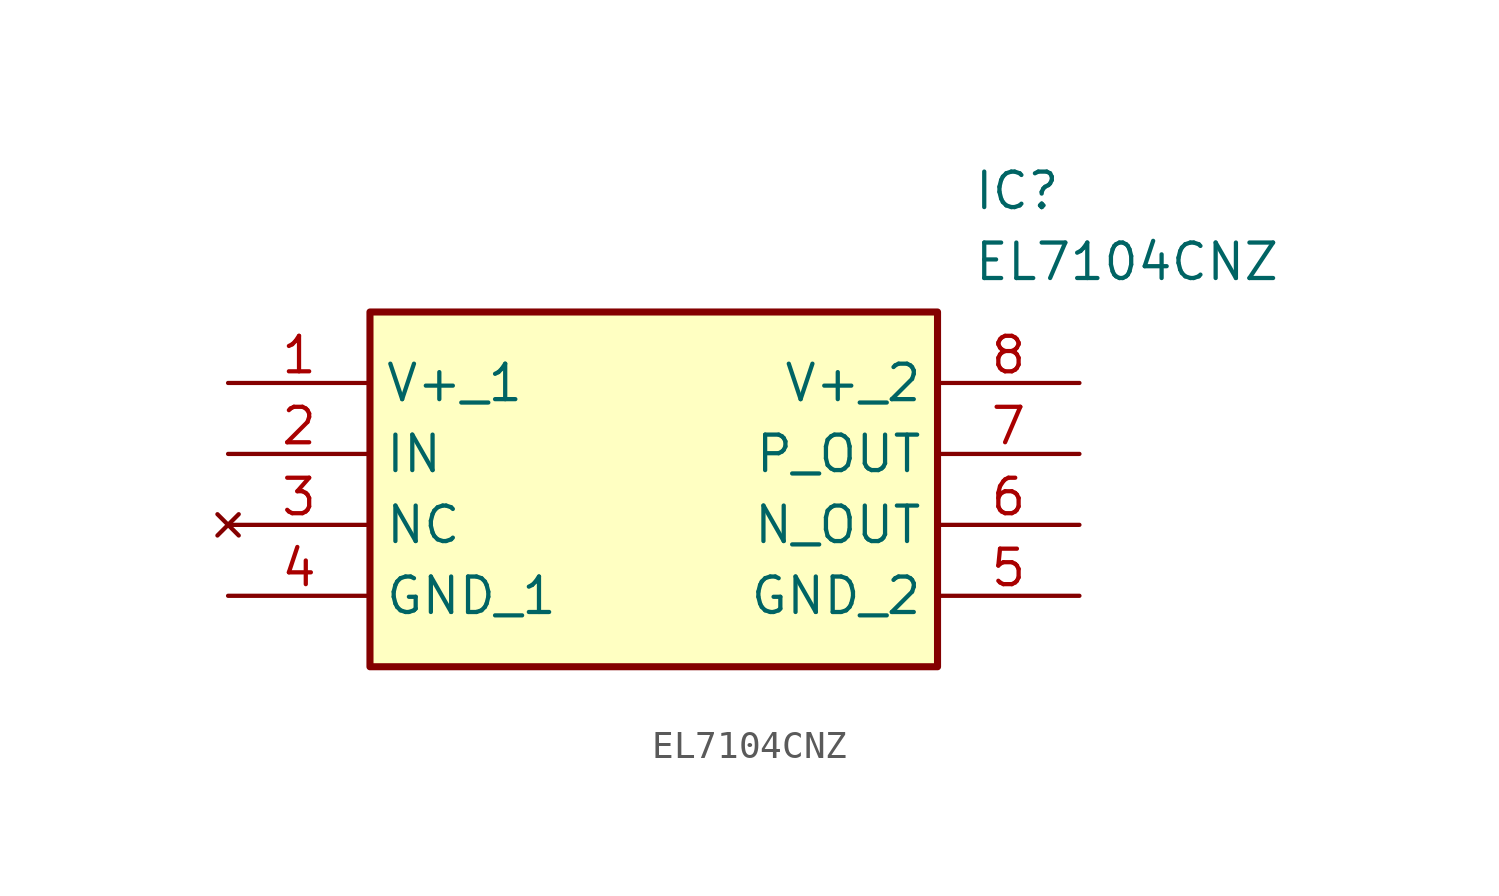
<source format=kicad_sym>
(kicad_symbol_lib
  (version 20211014)
  (generator SamacSys_ECAD_Model)
  (symbol "EL7104CNZ"
    (property "Reference" "IC"
      (at 26.67 7.62 0)
      (effects (font (size 1.27 1.27)) (justify left top)))
    (property "Value" "EL7104CNZ"
      (at 26.67 5.08 0)
      (effects (font (size 1.27 1.27)) (justify left top)))
    (rectangle
      (start 5.08 2.54)
      (end 25.4 -10.16)
      (stroke (width 0.254) (type default))
      (fill (type background)))
    (pin passive line
      (at 0 0 0)
      (length 5.08)
      (name "V+_1" (effects (font (size 1.27 1.27))))
      (number "1" (effects (font (size 1.27 1.27)))))
    (pin passive line
      (at 0 -2.54 0)
      (length 5.08)
      (name "IN" (effects (font (size 1.27 1.27))))
      (number "2" (effects (font (size 1.27 1.27)))))
    (pin no_connect line
      (at 0 -5.08 0)
      (length 5.08)
      (name "NC" (effects (font (size 1.27 1.27))))
      (number "3" (effects (font (size 1.27 1.27)))))
    (pin passive line
      (at 0 -7.62 0)
      (length 5.08)
      (name "GND_1" (effects (font (size 1.27 1.27))))
      (number "4" (effects (font (size 1.27 1.27)))))
    (pin passive line
      (at 30.48 0 180)
      (length 5.08)
      (name "V+_2" (effects (font (size 1.27 1.27))))
      (number "8" (effects (font (size 1.27 1.27)))))
    (pin passive line
      (at 30.48 -2.54 180)
      (length 5.08)
      (name "P_OUT" (effects (font (size 1.27 1.27))))
      (number "7" (effects (font (size 1.27 1.27)))))
    (pin passive line
      (at 30.48 -5.08 180)
      (length 5.08)
      (name "N_OUT" (effects (font (size 1.27 1.27))))
      (number "6" (effects (font (size 1.27 1.27)))))
    (pin passive line
      (at 30.48 -7.62 180)
      (length 5.08)
      (name "GND_2" (effects (font (size 1.27 1.27))))
      (number "5" (effects (font (size 1.27 1.27)))))))
</source>
